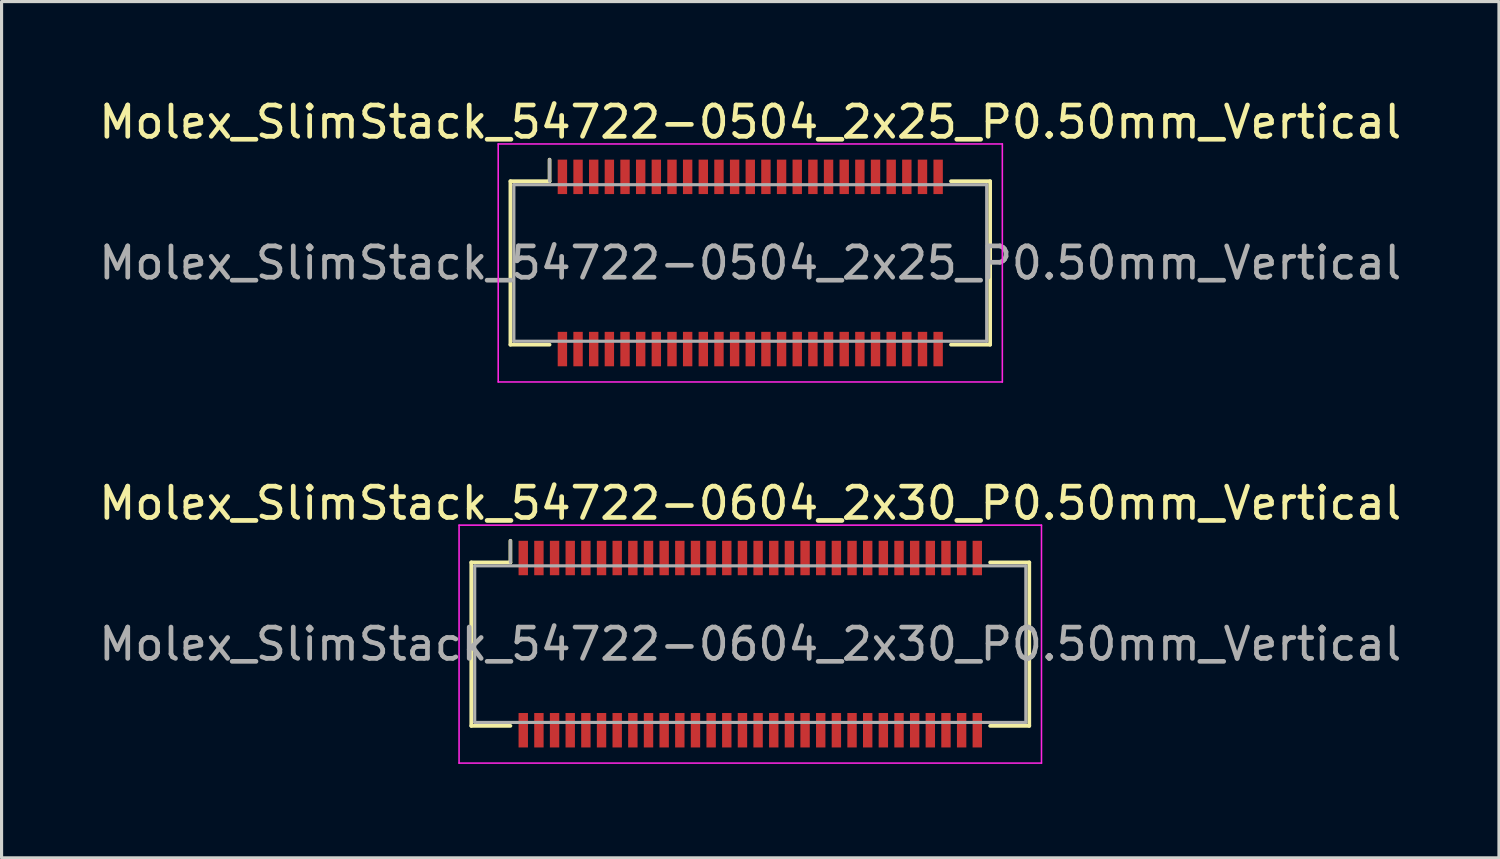
<source format=kicad_pcb>
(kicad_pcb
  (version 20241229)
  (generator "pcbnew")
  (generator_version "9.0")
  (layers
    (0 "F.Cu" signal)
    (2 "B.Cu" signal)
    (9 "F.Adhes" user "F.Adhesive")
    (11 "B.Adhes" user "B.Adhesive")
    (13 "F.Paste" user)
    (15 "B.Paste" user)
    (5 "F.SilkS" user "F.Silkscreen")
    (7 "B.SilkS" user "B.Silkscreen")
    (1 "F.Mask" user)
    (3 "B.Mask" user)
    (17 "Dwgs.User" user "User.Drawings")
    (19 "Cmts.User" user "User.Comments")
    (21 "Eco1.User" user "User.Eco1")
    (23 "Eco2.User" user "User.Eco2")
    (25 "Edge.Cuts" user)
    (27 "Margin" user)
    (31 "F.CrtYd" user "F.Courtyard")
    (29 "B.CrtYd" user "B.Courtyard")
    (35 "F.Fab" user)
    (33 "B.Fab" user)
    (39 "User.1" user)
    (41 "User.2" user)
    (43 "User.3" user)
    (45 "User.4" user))
  (footprint "Molex_SlimStack_54722-0504_2x25_P0.50mm_Vertical"
    (layer "F.Cu")
    (at 20.911 5.348)
    (property "Reference" "Molex_SlimStack_54722-0504_2x25_P0.50mm_Vertical" (at 0 -4.5 0) (layer "F.SilkS") (effects (font (size 1 1) (thickness 0.15))))
    (attr smd)
    (fp_line (start -7.66 -2.61) (end -6.41 -2.61) (stroke (width 0.12) (type solid)) (layer "F.SilkS"))
    (fp_line (start -7.66 2.61) (end -7.66 -2.61) (stroke (width 0.12) (type solid)) (layer "F.SilkS"))
    (fp_line (start -6.41 -2.61) (end -6.41 -3.3) (stroke (width 0.12) (type solid)) (layer "F.SilkS"))
    (fp_line (start -6.41 2.61) (end -7.66 2.61) (stroke (width 0.12) (type solid)) (layer "F.SilkS"))
    (fp_line (start 6.41 2.61) (end 7.66 2.61) (stroke (width 0.12) (type solid)) (layer "F.SilkS"))
    (fp_line (start 7.66 -2.61) (end 6.41 -2.61) (stroke (width 0.12) (type solid)) (layer "F.SilkS"))
    (fp_line (start 7.66 2.61) (end 7.66 -2.61) (stroke (width 0.12) (type solid)) (layer "F.SilkS"))
    (fp_line (start -8.05 -3.8) (end -8.05 3.8) (stroke (width 0.05) (type solid)) (layer "F.CrtYd"))
    (fp_line (start -8.05 3.8) (end 8.05 3.8) (stroke (width 0.05) (type solid)) (layer "F.CrtYd"))
    (fp_line (start 8.05 -3.8) (end -8.05 -3.8) (stroke (width 0.05) (type solid)) (layer "F.CrtYd"))
    (fp_line (start 8.05 3.8) (end 8.05 -3.8) (stroke (width 0.05) (type solid)) (layer "F.CrtYd"))
    (fp_line (start -7.55 -2.5) (end -7.55 2.5) (stroke (width 0.1) (type solid)) (layer "F.Fab"))
    (fp_line (start -7.55 2.5) (end 7.55 2.5) (stroke (width 0.1) (type solid)) (layer "F.Fab"))
    (fp_line (start -6.41 -2.61) (end -6.41 -3.3) (stroke (width 0.1) (type solid)) (layer "F.Fab"))
    (fp_line (start 7.55 -2.5) (end -7.55 -2.5) (stroke (width 0.1) (type solid)) (layer "F.Fab"))
    (fp_line (start 7.55 2.5) (end 7.55 -2.5) (stroke (width 0.1) (type solid)) (layer "F.Fab"))
    (fp_text user "${REFERENCE}" (at 0 0 0) (layer "F.Fab") (effects (font (size 1 1) (thickness 0.15))))
    (pad "1" smd rect (at -6 -2.75) (size 0.3 1.1) (layers "F.Cu" "F.Mask" "F.Paste"))
    (pad "2" smd rect (at -6 2.75) (size 0.3 1.1) (layers "F.Cu" "F.Mask" "F.Paste"))
    (pad "3" smd rect (at -5.5 -2.75) (size 0.3 1.1) (layers "F.Cu" "F.Mask" "F.Paste"))
    (pad "4" smd rect (at -5.5 2.75) (size 0.3 1.1) (layers "F.Cu" "F.Mask" "F.Paste"))
    (pad "5" smd rect (at -5 -2.75) (size 0.3 1.1) (layers "F.Cu" "F.Mask" "F.Paste"))
    (pad "6" smd rect (at -5 2.75) (size 0.3 1.1) (layers "F.Cu" "F.Mask" "F.Paste"))
    (pad "7" smd rect (at -4.5 -2.75) (size 0.3 1.1) (layers "F.Cu" "F.Mask" "F.Paste"))
    (pad "8" smd rect (at -4.5 2.75) (size 0.3 1.1) (layers "F.Cu" "F.Mask" "F.Paste"))
    (pad "9" smd rect (at -4 -2.75) (size 0.3 1.1) (layers "F.Cu" "F.Mask" "F.Paste"))
    (pad "10" smd rect (at -4 2.75) (size 0.3 1.1) (layers "F.Cu" "F.Mask" "F.Paste"))
    (pad "11" smd rect (at -3.5 -2.75) (size 0.3 1.1) (layers "F.Cu" "F.Mask" "F.Paste"))
    (pad "12" smd rect (at -3.5 2.75) (size 0.3 1.1) (layers "F.Cu" "F.Mask" "F.Paste"))
    (pad "13" smd rect (at -3 -2.75) (size 0.3 1.1) (layers "F.Cu" "F.Mask" "F.Paste"))
    (pad "14" smd rect (at -3 2.75) (size 0.3 1.1) (layers "F.Cu" "F.Mask" "F.Paste"))
    (pad "15" smd rect (at -2.5 -2.75) (size 0.3 1.1) (layers "F.Cu" "F.Mask" "F.Paste"))
    (pad "16" smd rect (at -2.5 2.75) (size 0.3 1.1) (layers "F.Cu" "F.Mask" "F.Paste"))
    (pad "17" smd rect (at -2 -2.75) (size 0.3 1.1) (layers "F.Cu" "F.Mask" "F.Paste"))
    (pad "18" smd rect (at -2 2.75) (size 0.3 1.1) (layers "F.Cu" "F.Mask" "F.Paste"))
    (pad "19" smd rect (at -1.5 -2.75) (size 0.3 1.1) (layers "F.Cu" "F.Mask" "F.Paste"))
    (pad "20" smd rect (at -1.5 2.75) (size 0.3 1.1) (layers "F.Cu" "F.Mask" "F.Paste"))
    (pad "21" smd rect (at -1 -2.75) (size 0.3 1.1) (layers "F.Cu" "F.Mask" "F.Paste"))
    (pad "22" smd rect (at -1 2.75) (size 0.3 1.1) (layers "F.Cu" "F.Mask" "F.Paste"))
    (pad "23" smd rect (at -0.5 -2.75) (size 0.3 1.1) (layers "F.Cu" "F.Mask" "F.Paste"))
    (pad "24" smd rect (at -0.5 2.75) (size 0.3 1.1) (layers "F.Cu" "F.Mask" "F.Paste"))
    (pad "25" smd rect (at 0 -2.75) (size 0.3 1.1) (layers "F.Cu" "F.Mask" "F.Paste"))
    (pad "26" smd rect (at 0 2.75) (size 0.3 1.1) (layers "F.Cu" "F.Mask" "F.Paste"))
    (pad "27" smd rect (at 0.5 -2.75) (size 0.3 1.1) (layers "F.Cu" "F.Mask" "F.Paste"))
    (pad "28" smd rect (at 0.5 2.75) (size 0.3 1.1) (layers "F.Cu" "F.Mask" "F.Paste"))
    (pad "29" smd rect (at 1 -2.75) (size 0.3 1.1) (layers "F.Cu" "F.Mask" "F.Paste"))
    (pad "30" smd rect (at 1 2.75) (size 0.3 1.1) (layers "F.Cu" "F.Mask" "F.Paste"))
    (pad "31" smd rect (at 1.5 -2.75) (size 0.3 1.1) (layers "F.Cu" "F.Mask" "F.Paste"))
    (pad "32" smd rect (at 1.5 2.75) (size 0.3 1.1) (layers "F.Cu" "F.Mask" "F.Paste"))
    (pad "33" smd rect (at 2 -2.75) (size 0.3 1.1) (layers "F.Cu" "F.Mask" "F.Paste"))
    (pad "34" smd rect (at 2 2.75) (size 0.3 1.1) (layers "F.Cu" "F.Mask" "F.Paste"))
    (pad "35" smd rect (at 2.5 -2.75) (size 0.3 1.1) (layers "F.Cu" "F.Mask" "F.Paste"))
    (pad "36" smd rect (at 2.5 2.75) (size 0.3 1.1) (layers "F.Cu" "F.Mask" "F.Paste"))
    (pad "37" smd rect (at 3 -2.75) (size 0.3 1.1) (layers "F.Cu" "F.Mask" "F.Paste"))
    (pad "38" smd rect (at 3 2.75) (size 0.3 1.1) (layers "F.Cu" "F.Mask" "F.Paste"))
    (pad "39" smd rect (at 3.5 -2.75) (size 0.3 1.1) (layers "F.Cu" "F.Mask" "F.Paste"))
    (pad "40" smd rect (at 3.5 2.75) (size 0.3 1.1) (layers "F.Cu" "F.Mask" "F.Paste"))
    (pad "41" smd rect (at 4 -2.75) (size 0.3 1.1) (layers "F.Cu" "F.Mask" "F.Paste"))
    (pad "42" smd rect (at 4 2.75) (size 0.3 1.1) (layers "F.Cu" "F.Mask" "F.Paste"))
    (pad "43" smd rect (at 4.5 -2.75) (size 0.3 1.1) (layers "F.Cu" "F.Mask" "F.Paste"))
    (pad "44" smd rect (at 4.5 2.75) (size 0.3 1.1) (layers "F.Cu" "F.Mask" "F.Paste"))
    (pad "45" smd rect (at 5 -2.75) (size 0.3 1.1) (layers "F.Cu" "F.Mask" "F.Paste"))
    (pad "46" smd rect (at 5 2.75) (size 0.3 1.1) (layers "F.Cu" "F.Mask" "F.Paste"))
    (pad "47" smd rect (at 5.5 -2.75) (size 0.3 1.1) (layers "F.Cu" "F.Mask" "F.Paste"))
    (pad "48" smd rect (at 5.5 2.75) (size 0.3 1.1) (layers "F.Cu" "F.Mask" "F.Paste"))
    (pad "49" smd rect (at 6 -2.75) (size 0.3 1.1) (layers "F.Cu" "F.Mask" "F.Paste"))
    (pad "50" smd rect (at 6 2.75) (size 0.3 1.1) (layers "F.Cu" "F.Mask" "F.Paste")))
  (footprint "Molex_SlimStack_54722-0604_2x30_P0.50mm_Vertical"
    (layer "F.Cu")
    (at 20.911 17.521)
    (property "Reference" "Molex_SlimStack_54722-0604_2x30_P0.50mm_Vertical" (at 0 -4.5 0) (layer "F.SilkS") (effects (font (size 1 1) (thickness 0.15))))
    (attr smd)
    (fp_line (start -8.91 -2.61) (end -7.66 -2.61) (stroke (width 0.12) (type solid)) (layer "F.SilkS"))
    (fp_line (start -8.91 2.61) (end -8.91 -2.61) (stroke (width 0.12) (type solid)) (layer "F.SilkS"))
    (fp_line (start -7.66 -2.61) (end -7.66 -3.3) (stroke (width 0.12) (type solid)) (layer "F.SilkS"))
    (fp_line (start -7.66 2.61) (end -8.91 2.61) (stroke (width 0.12) (type solid)) (layer "F.SilkS"))
    (fp_line (start 7.66 2.61) (end 8.91 2.61) (stroke (width 0.12) (type solid)) (layer "F.SilkS"))
    (fp_line (start 8.91 -2.61) (end 7.66 -2.61) (stroke (width 0.12) (type solid)) (layer "F.SilkS"))
    (fp_line (start 8.91 2.61) (end 8.91 -2.61) (stroke (width 0.12) (type solid)) (layer "F.SilkS"))
    (fp_line (start -9.3 -3.8) (end -9.3 3.8) (stroke (width 0.05) (type solid)) (layer "F.CrtYd"))
    (fp_line (start -9.3 3.8) (end 9.3 3.8) (stroke (width 0.05) (type solid)) (layer "F.CrtYd"))
    (fp_line (start 9.3 -3.8) (end -9.3 -3.8) (stroke (width 0.05) (type solid)) (layer "F.CrtYd"))
    (fp_line (start 9.3 3.8) (end 9.3 -3.8) (stroke (width 0.05) (type solid)) (layer "F.CrtYd"))
    (fp_line (start -8.8 -2.5) (end -8.8 2.5) (stroke (width 0.1) (type solid)) (layer "F.Fab"))
    (fp_line (start -8.8 2.5) (end 8.8 2.5) (stroke (width 0.1) (type solid)) (layer "F.Fab"))
    (fp_line (start -7.66 -2.61) (end -7.66 -3.3) (stroke (width 0.1) (type solid)) (layer "F.Fab"))
    (fp_line (start 8.8 -2.5) (end -8.8 -2.5) (stroke (width 0.1) (type solid)) (layer "F.Fab"))
    (fp_line (start 8.8 2.5) (end 8.8 -2.5) (stroke (width 0.1) (type solid)) (layer "F.Fab"))
    (fp_text user "${REFERENCE}" (at 0 0 0) (layer "F.Fab") (effects (font (size 1 1) (thickness 0.15))))
    (pad "1" smd rect (at -7.25 -2.75) (size 0.3 1.1) (layers "F.Cu" "F.Mask" "F.Paste"))
    (pad "2" smd rect (at -7.25 2.75) (size 0.3 1.1) (layers "F.Cu" "F.Mask" "F.Paste"))
    (pad "3" smd rect (at -6.75 -2.75) (size 0.3 1.1) (layers "F.Cu" "F.Mask" "F.Paste"))
    (pad "4" smd rect (at -6.75 2.75) (size 0.3 1.1) (layers "F.Cu" "F.Mask" "F.Paste"))
    (pad "5" smd rect (at -6.25 -2.75) (size 0.3 1.1) (layers "F.Cu" "F.Mask" "F.Paste"))
    (pad "6" smd rect (at -6.25 2.75) (size 0.3 1.1) (layers "F.Cu" "F.Mask" "F.Paste"))
    (pad "7" smd rect (at -5.75 -2.75) (size 0.3 1.1) (layers "F.Cu" "F.Mask" "F.Paste"))
    (pad "8" smd rect (at -5.75 2.75) (size 0.3 1.1) (layers "F.Cu" "F.Mask" "F.Paste"))
    (pad "9" smd rect (at -5.25 -2.75) (size 0.3 1.1) (layers "F.Cu" "F.Mask" "F.Paste"))
    (pad "10" smd rect (at -5.25 2.75) (size 0.3 1.1) (layers "F.Cu" "F.Mask" "F.Paste"))
    (pad "11" smd rect (at -4.75 -2.75) (size 0.3 1.1) (layers "F.Cu" "F.Mask" "F.Paste"))
    (pad "12" smd rect (at -4.75 2.75) (size 0.3 1.1) (layers "F.Cu" "F.Mask" "F.Paste"))
    (pad "13" smd rect (at -4.25 -2.75) (size 0.3 1.1) (layers "F.Cu" "F.Mask" "F.Paste"))
    (pad "14" smd rect (at -4.25 2.75) (size 0.3 1.1) (layers "F.Cu" "F.Mask" "F.Paste"))
    (pad "15" smd rect (at -3.75 -2.75) (size 0.3 1.1) (layers "F.Cu" "F.Mask" "F.Paste"))
    (pad "16" smd rect (at -3.75 2.75) (size 0.3 1.1) (layers "F.Cu" "F.Mask" "F.Paste"))
    (pad "17" smd rect (at -3.25 -2.75) (size 0.3 1.1) (layers "F.Cu" "F.Mask" "F.Paste"))
    (pad "18" smd rect (at -3.25 2.75) (size 0.3 1.1) (layers "F.Cu" "F.Mask" "F.Paste"))
    (pad "19" smd rect (at -2.75 -2.75) (size 0.3 1.1) (layers "F.Cu" "F.Mask" "F.Paste"))
    (pad "20" smd rect (at -2.75 2.75) (size 0.3 1.1) (layers "F.Cu" "F.Mask" "F.Paste"))
    (pad "21" smd rect (at -2.25 -2.75) (size 0.3 1.1) (layers "F.Cu" "F.Mask" "F.Paste"))
    (pad "22" smd rect (at -2.25 2.75) (size 0.3 1.1) (layers "F.Cu" "F.Mask" "F.Paste"))
    (pad "23" smd rect (at -1.75 -2.75) (size 0.3 1.1) (layers "F.Cu" "F.Mask" "F.Paste"))
    (pad "24" smd rect (at -1.75 2.75) (size 0.3 1.1) (layers "F.Cu" "F.Mask" "F.Paste"))
    (pad "25" smd rect (at -1.25 -2.75) (size 0.3 1.1) (layers "F.Cu" "F.Mask" "F.Paste"))
    (pad "26" smd rect (at -1.25 2.75) (size 0.3 1.1) (layers "F.Cu" "F.Mask" "F.Paste"))
    (pad "27" smd rect (at -0.75 -2.75) (size 0.3 1.1) (layers "F.Cu" "F.Mask" "F.Paste"))
    (pad "28" smd rect (at -0.75 2.75) (size 0.3 1.1) (layers "F.Cu" "F.Mask" "F.Paste"))
    (pad "29" smd rect (at -0.25 -2.75) (size 0.3 1.1) (layers "F.Cu" "F.Mask" "F.Paste"))
    (pad "30" smd rect (at -0.25 2.75) (size 0.3 1.1) (layers "F.Cu" "F.Mask" "F.Paste"))
    (pad "31" smd rect (at 0.25 -2.75) (size 0.3 1.1) (layers "F.Cu" "F.Mask" "F.Paste"))
    (pad "32" smd rect (at 0.25 2.75) (size 0.3 1.1) (layers "F.Cu" "F.Mask" "F.Paste"))
    (pad "33" smd rect (at 0.75 -2.75) (size 0.3 1.1) (layers "F.Cu" "F.Mask" "F.Paste"))
    (pad "34" smd rect (at 0.75 2.75) (size 0.3 1.1) (layers "F.Cu" "F.Mask" "F.Paste"))
    (pad "35" smd rect (at 1.25 -2.75) (size 0.3 1.1) (layers "F.Cu" "F.Mask" "F.Paste"))
    (pad "36" smd rect (at 1.25 2.75) (size 0.3 1.1) (layers "F.Cu" "F.Mask" "F.Paste"))
    (pad "37" smd rect (at 1.75 -2.75) (size 0.3 1.1) (layers "F.Cu" "F.Mask" "F.Paste"))
    (pad "38" smd rect (at 1.75 2.75) (size 0.3 1.1) (layers "F.Cu" "F.Mask" "F.Paste"))
    (pad "39" smd rect (at 2.25 -2.75) (size 0.3 1.1) (layers "F.Cu" "F.Mask" "F.Paste"))
    (pad "40" smd rect (at 2.25 2.75) (size 0.3 1.1) (layers "F.Cu" "F.Mask" "F.Paste"))
    (pad "41" smd rect (at 2.75 -2.75) (size 0.3 1.1) (layers "F.Cu" "F.Mask" "F.Paste"))
    (pad "42" smd rect (at 2.75 2.75) (size 0.3 1.1) (layers "F.Cu" "F.Mask" "F.Paste"))
    (pad "43" smd rect (at 3.25 -2.75) (size 0.3 1.1) (layers "F.Cu" "F.Mask" "F.Paste"))
    (pad "44" smd rect (at 3.25 2.75) (size 0.3 1.1) (layers "F.Cu" "F.Mask" "F.Paste"))
    (pad "45" smd rect (at 3.75 -2.75) (size 0.3 1.1) (layers "F.Cu" "F.Mask" "F.Paste"))
    (pad "46" smd rect (at 3.75 2.75) (size 0.3 1.1) (layers "F.Cu" "F.Mask" "F.Paste"))
    (pad "47" smd rect (at 4.25 -2.75) (size 0.3 1.1) (layers "F.Cu" "F.Mask" "F.Paste"))
    (pad "48" smd rect (at 4.25 2.75) (size 0.3 1.1) (layers "F.Cu" "F.Mask" "F.Paste"))
    (pad "49" smd rect (at 4.75 -2.75) (size 0.3 1.1) (layers "F.Cu" "F.Mask" "F.Paste"))
    (pad "50" smd rect (at 4.75 2.75) (size 0.3 1.1) (layers "F.Cu" "F.Mask" "F.Paste"))
    (pad "51" smd rect (at 5.25 -2.75) (size 0.3 1.1) (layers "F.Cu" "F.Mask" "F.Paste"))
    (pad "52" smd rect (at 5.25 2.75) (size 0.3 1.1) (layers "F.Cu" "F.Mask" "F.Paste"))
    (pad "53" smd rect (at 5.75 -2.75) (size 0.3 1.1) (layers "F.Cu" "F.Mask" "F.Paste"))
    (pad "54" smd rect (at 5.75 2.75) (size 0.3 1.1) (layers "F.Cu" "F.Mask" "F.Paste"))
    (pad "55" smd rect (at 6.25 -2.75) (size 0.3 1.1) (layers "F.Cu" "F.Mask" "F.Paste"))
    (pad "56" smd rect (at 6.25 2.75) (size 0.3 1.1) (layers "F.Cu" "F.Mask" "F.Paste"))
    (pad "57" smd rect (at 6.75 -2.75) (size 0.3 1.1) (layers "F.Cu" "F.Mask" "F.Paste"))
    (pad "58" smd rect (at 6.75 2.75) (size 0.3 1.1) (layers "F.Cu" "F.Mask" "F.Paste"))
    (pad "59" smd rect (at 7.25 -2.75) (size 0.3 1.1) (layers "F.Cu" "F.Mask" "F.Paste"))
    (pad "60" smd rect (at 7.25 2.75) (size 0.3 1.1) (layers "F.Cu" "F.Mask" "F.Paste")))
  (gr_rect
    (start -3 -3)
    (end 44.821 24.346)
    (stroke (width 0.1) (type default))
    (fill no)
    (layer "Edge.Cuts")))
</source>
